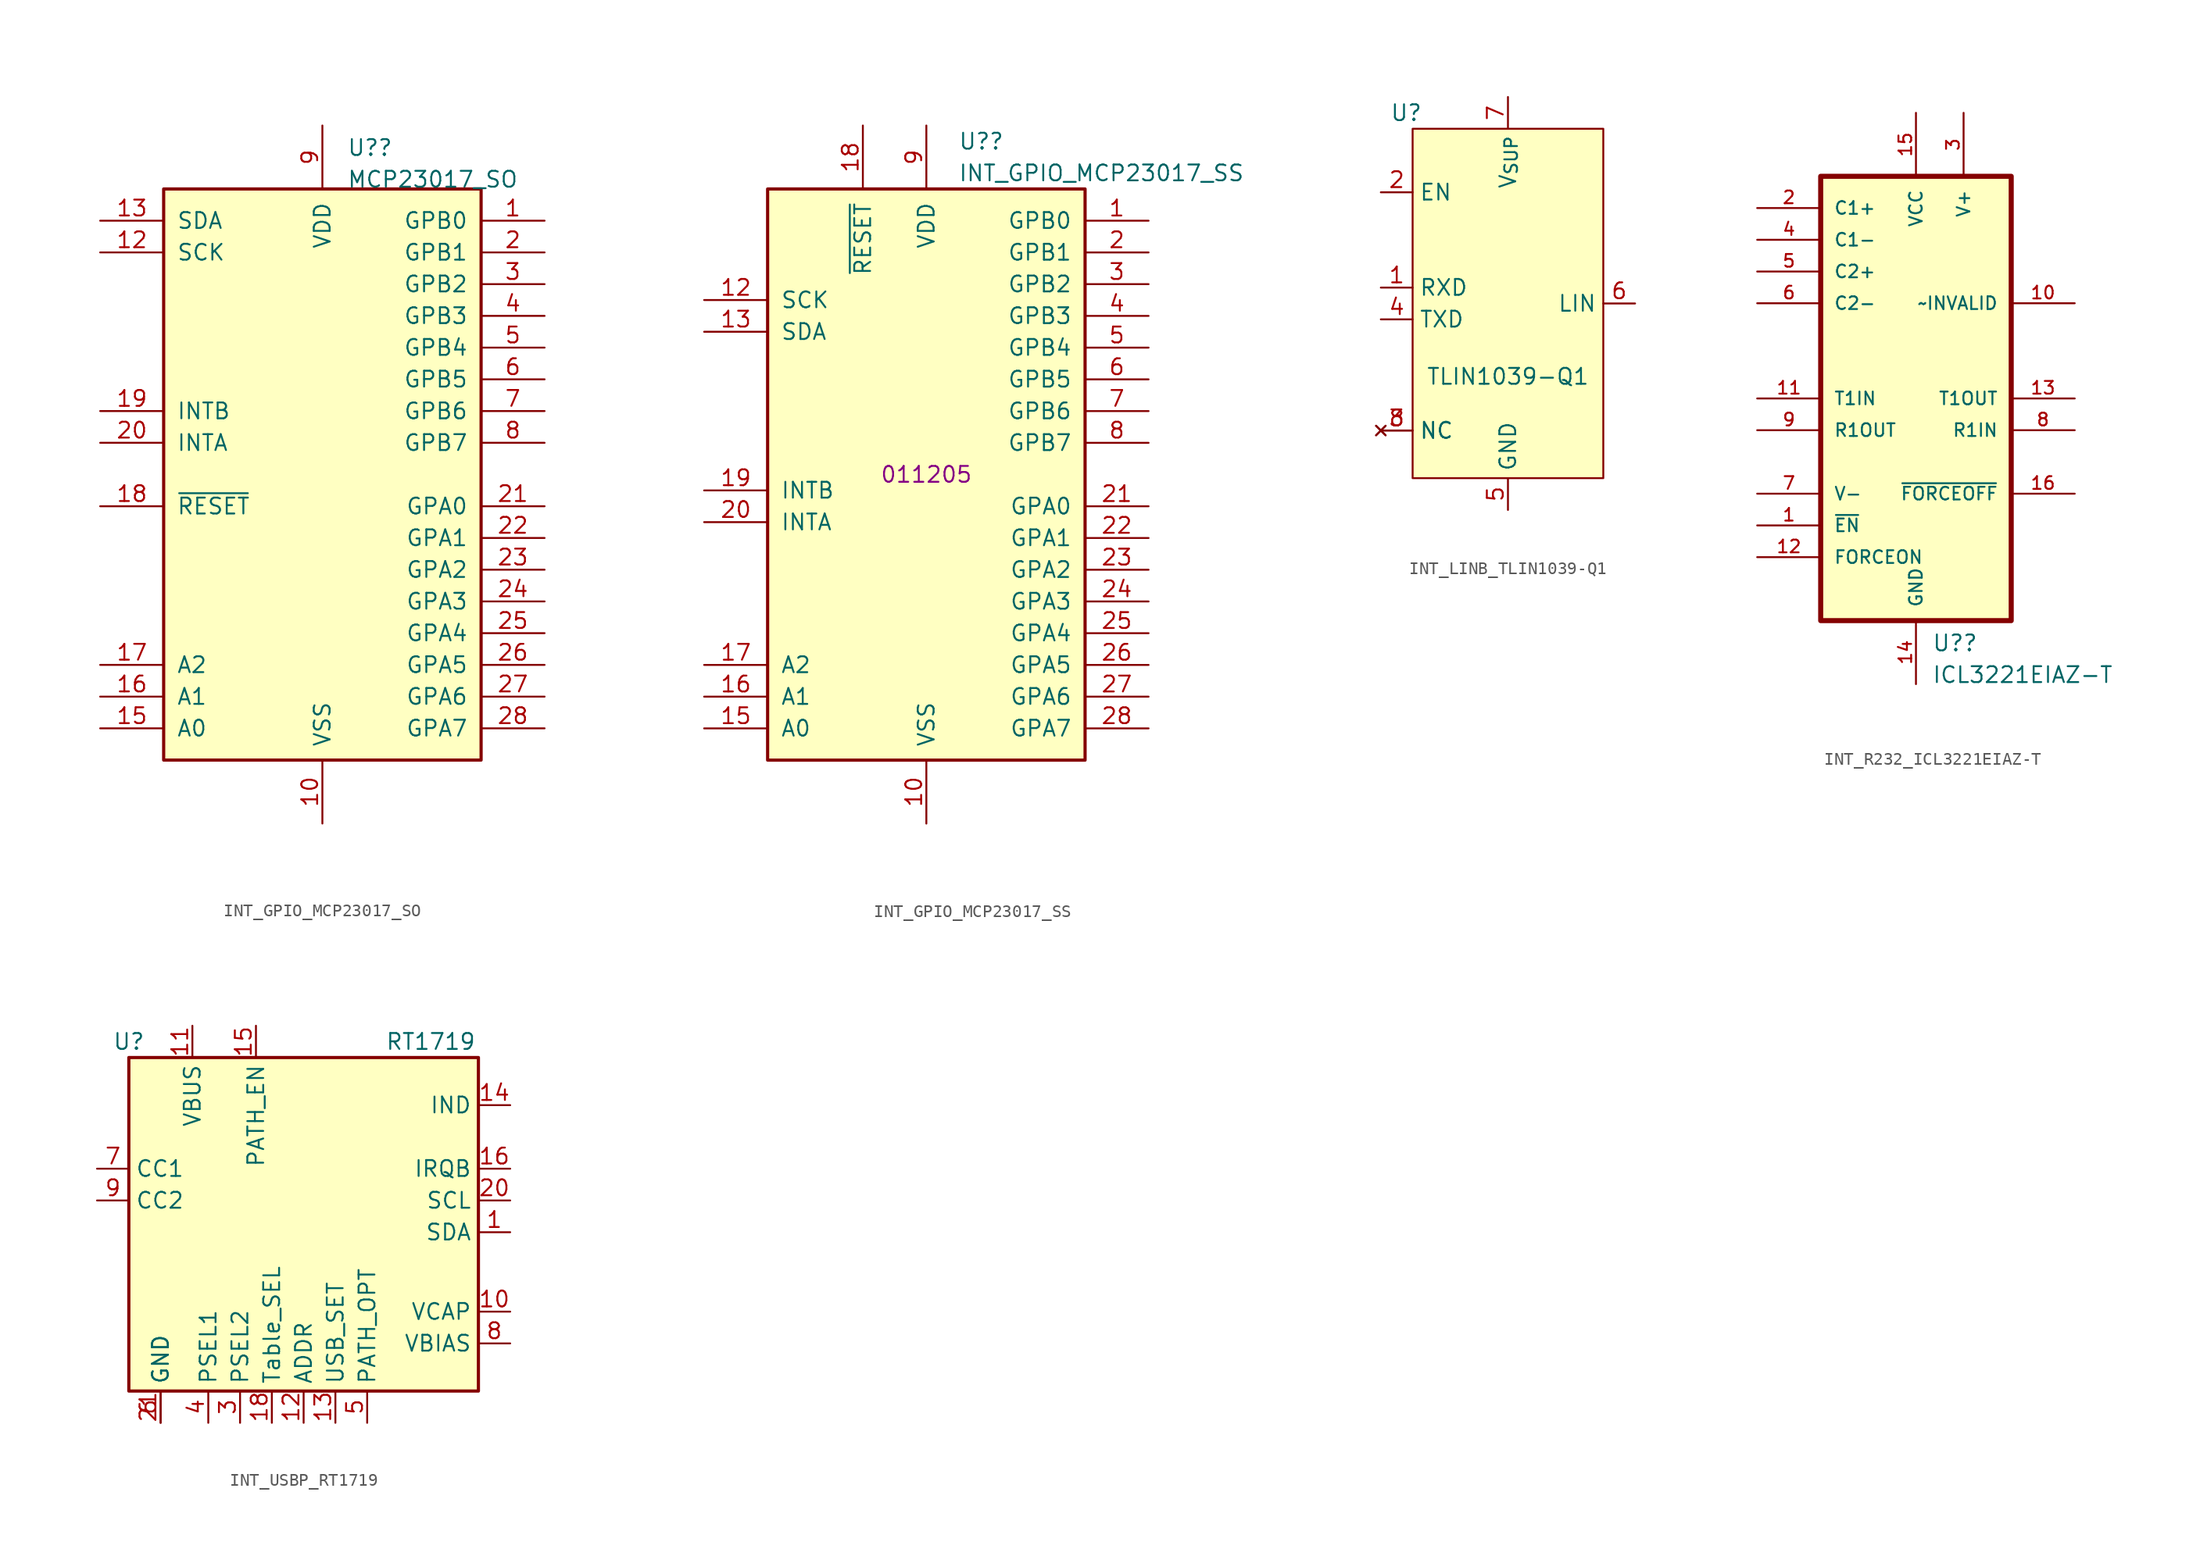
<source format=kicad_sym>
(kicad_symbol_lib
  (version 20231120)
  (generator "kicad_symbol_editor")
  (generator_version "8.0")
  (symbol "INT_GPIO_MCP23017_SO"
    (pin_names
      (offset 1.016))
    (property "Reference" "U?"
      (at 1.956 26.162 0)
      (effects (font (size 1.27 1.27)) (justify left)))
    (property "Value" "MCP23017_SO"
      (at 1.956 23.622 0)
      (effects (font (size 1.27 1.27)) (justify left)))
    (symbol "INT_GPIO_MCP23017_SO_0_1"
      (rectangle (start -12.7 22.86) (end 12.7 -22.86) (stroke (width 0.254) (type default)) (fill (type background))))
    (symbol "INT_GPIO_MCP23017_SO_1_1"
      (pin bidirectional line (at 17.78 20.32 180) (length 5.08) (name "GPB0" (effects (font (size 1.27 1.27)))) (number "1" (effects (font (size 1.27 1.27)))))
      (pin power_in line (at 0 -27.94 90) (length 5.08) (name "VSS" (effects (font (size 1.27 1.27)))) (number "10" (effects (font (size 1.27 1.27)))))
      (pin no_connect line (at -12.7 15.24 0) (length 5.08) hide (name "NC" (effects (font (size 1.27 1.27)))) (number "11" (effects (font (size 1.27 1.27)))))
      (pin input line (at -17.78 17.78 0) (length 5.08) (name "SCK" (effects (font (size 1.27 1.27)))) (number "12" (effects (font (size 1.27 1.27)))))
      (pin bidirectional line (at -17.78 20.32 0) (length 5.08) (name "SDA" (effects (font (size 1.27 1.27)))) (number "13" (effects (font (size 1.27 1.27)))))
      (pin no_connect line (at -12.7 12.7 0) (length 5.08) hide (name "NC" (effects (font (size 1.27 1.27)))) (number "14" (effects (font (size 1.27 1.27)))))
      (pin input line (at -17.78 -20.32 0) (length 5.08) (name "A0" (effects (font (size 1.27 1.27)))) (number "15" (effects (font (size 1.27 1.27)))))
      (pin input line (at -17.78 -17.78 0) (length 5.08) (name "A1" (effects (font (size 1.27 1.27)))) (number "16" (effects (font (size 1.27 1.27)))))
      (pin input line (at -17.78 -15.24 0) (length 5.08) (name "A2" (effects (font (size 1.27 1.27)))) (number "17" (effects (font (size 1.27 1.27)))))
      (pin input line (at -17.78 -2.54 0) (length 5.08) (name "~{RESET}" (effects (font (size 1.27 1.27)))) (number "18" (effects (font (size 1.27 1.27)))))
      (pin tri_state line (at -17.78 5.08 0) (length 5.08) (name "INTB" (effects (font (size 1.27 1.27)))) (number "19" (effects (font (size 1.27 1.27)))))
      (pin bidirectional line (at 17.78 17.78 180) (length 5.08) (name "GPB1" (effects (font (size 1.27 1.27)))) (number "2" (effects (font (size 1.27 1.27)))))
      (pin tri_state line (at -17.78 2.54 0) (length 5.08) (name "INTA" (effects (font (size 1.27 1.27)))) (number "20" (effects (font (size 1.27 1.27)))))
      (pin bidirectional line (at 17.78 -2.54 180) (length 5.08) (name "GPA0" (effects (font (size 1.27 1.27)))) (number "21" (effects (font (size 1.27 1.27)))))
      (pin bidirectional line (at 17.78 -5.08 180) (length 5.08) (name "GPA1" (effects (font (size 1.27 1.27)))) (number "22" (effects (font (size 1.27 1.27)))))
      (pin bidirectional line (at 17.78 -7.62 180) (length 5.08) (name "GPA2" (effects (font (size 1.27 1.27)))) (number "23" (effects (font (size 1.27 1.27)))))
      (pin bidirectional line (at 17.78 -10.16 180) (length 5.08) (name "GPA3" (effects (font (size 1.27 1.27)))) (number "24" (effects (font (size 1.27 1.27)))))
      (pin bidirectional line (at 17.78 -12.7 180) (length 5.08) (name "GPA4" (effects (font (size 1.27 1.27)))) (number "25" (effects (font (size 1.27 1.27)))))
      (pin bidirectional line (at 17.78 -15.24 180) (length 5.08) (name "GPA5" (effects (font (size 1.27 1.27)))) (number "26" (effects (font (size 1.27 1.27)))))
      (pin bidirectional line (at 17.78 -17.78 180) (length 5.08) (name "GPA6" (effects (font (size 1.27 1.27)))) (number "27" (effects (font (size 1.27 1.27)))))
      (pin bidirectional line (at 17.78 -20.32 180) (length 5.08) (name "GPA7" (effects (font (size 1.27 1.27)))) (number "28" (effects (font (size 1.27 1.27)))))
      (pin bidirectional line (at 17.78 15.24 180) (length 5.08) (name "GPB2" (effects (font (size 1.27 1.27)))) (number "3" (effects (font (size 1.27 1.27)))))
      (pin bidirectional line (at 17.78 12.7 180) (length 5.08) (name "GPB3" (effects (font (size 1.27 1.27)))) (number "4" (effects (font (size 1.27 1.27)))))
      (pin bidirectional line (at 17.78 10.16 180) (length 5.08) (name "GPB4" (effects (font (size 1.27 1.27)))) (number "5" (effects (font (size 1.27 1.27)))))
      (pin bidirectional line (at 17.78 7.62 180) (length 5.08) (name "GPB5" (effects (font (size 1.27 1.27)))) (number "6" (effects (font (size 1.27 1.27)))))
      (pin bidirectional line (at 17.78 5.08 180) (length 5.08) (name "GPB6" (effects (font (size 1.27 1.27)))) (number "7" (effects (font (size 1.27 1.27)))))
      (pin bidirectional line (at 17.78 2.54 180) (length 5.08) (name "GPB7" (effects (font (size 1.27 1.27)))) (number "8" (effects (font (size 1.27 1.27)))))
      (pin power_in line (at 0 27.94 270) (length 5.08) (name "VDD" (effects (font (size 1.27 1.27)))) (number "9" (effects (font (size 1.27 1.27)))))))
  (symbol "INT_GPIO_MCP23017_SS"
    (pin_names
      (offset 1.016))
    (property "Reference" "U?"
      (at 2.54 26.67 0)
      (effects (font (size 1.27 1.27)) (justify left)))
    (property "Value" "INT_GPIO_MCP23017_SS"
      (at 2.54 24.13 0)
      (effects (font (size 1.27 1.27)) (justify left)))
    (property "Makso alternative" "011205"
      (at 0 0 0)
      (effects (font (size 1.27 1.27))))
    (symbol "INT_GPIO_MCP23017_SS_0_1"
      (rectangle (start -12.7 22.86) (end 12.7 -22.86) (stroke (width 0.254) (type default)) (fill (type background))))
    (symbol "INT_GPIO_MCP23017_SS_1_1"
      (pin bidirectional line (at 17.78 20.32 180) (length 5.08) (name "GPB0" (effects (font (size 1.27 1.27)))) (number "1" (effects (font (size 1.27 1.27)))))
      (pin power_in line (at 0 -27.94 90) (length 5.08) (name "VSS" (effects (font (size 1.27 1.27)))) (number "10" (effects (font (size 1.27 1.27)))))
      (pin no_connect line (at -12.7 8.89 0) (length 5.08) hide (name "NC" (effects (font (size 1.27 1.27)))) (number "11" (effects (font (size 1.27 1.27)))))
      (pin input line (at -17.78 13.97 0) (length 5.08) (name "SCK" (effects (font (size 1.27 1.27)))) (number "12" (effects (font (size 1.27 1.27)))))
      (pin bidirectional line (at -17.78 11.43 0) (length 5.08) (name "SDA" (effects (font (size 1.27 1.27)))) (number "13" (effects (font (size 1.27 1.27)))))
      (pin no_connect line (at -12.7 6.35 0) (length 5.08) hide (name "NC" (effects (font (size 1.27 1.27)))) (number "14" (effects (font (size 1.27 1.27)))))
      (pin input line (at -17.78 -20.32 0) (length 5.08) (name "A0" (effects (font (size 1.27 1.27)))) (number "15" (effects (font (size 1.27 1.27)))))
      (pin input line (at -17.78 -17.78 0) (length 5.08) (name "A1" (effects (font (size 1.27 1.27)))) (number "16" (effects (font (size 1.27 1.27)))))
      (pin input line (at -17.78 -15.24 0) (length 5.08) (name "A2" (effects (font (size 1.27 1.27)))) (number "17" (effects (font (size 1.27 1.27)))))
      (pin input line (at -5.08 27.94 270) (length 5.08) (name "~{RESET}" (effects (font (size 1.27 1.27)))) (number "18" (effects (font (size 1.27 1.27)))))
      (pin tri_state line (at -17.78 -1.27 0) (length 5.08) (name "INTB" (effects (font (size 1.27 1.27)))) (number "19" (effects (font (size 1.27 1.27)))))
      (pin bidirectional line (at 17.78 17.78 180) (length 5.08) (name "GPB1" (effects (font (size 1.27 1.27)))) (number "2" (effects (font (size 1.27 1.27)))))
      (pin tri_state line (at -17.78 -3.81 0) (length 5.08) (name "INTA" (effects (font (size 1.27 1.27)))) (number "20" (effects (font (size 1.27 1.27)))))
      (pin bidirectional line (at 17.78 -2.54 180) (length 5.08) (name "GPA0" (effects (font (size 1.27 1.27)))) (number "21" (effects (font (size 1.27 1.27)))))
      (pin bidirectional line (at 17.78 -5.08 180) (length 5.08) (name "GPA1" (effects (font (size 1.27 1.27)))) (number "22" (effects (font (size 1.27 1.27)))))
      (pin bidirectional line (at 17.78 -7.62 180) (length 5.08) (name "GPA2" (effects (font (size 1.27 1.27)))) (number "23" (effects (font (size 1.27 1.27)))))
      (pin bidirectional line (at 17.78 -10.16 180) (length 5.08) (name "GPA3" (effects (font (size 1.27 1.27)))) (number "24" (effects (font (size 1.27 1.27)))))
      (pin bidirectional line (at 17.78 -12.7 180) (length 5.08) (name "GPA4" (effects (font (size 1.27 1.27)))) (number "25" (effects (font (size 1.27 1.27)))))
      (pin bidirectional line (at 17.78 -15.24 180) (length 5.08) (name "GPA5" (effects (font (size 1.27 1.27)))) (number "26" (effects (font (size 1.27 1.27)))))
      (pin bidirectional line (at 17.78 -17.78 180) (length 5.08) (name "GPA6" (effects (font (size 1.27 1.27)))) (number "27" (effects (font (size 1.27 1.27)))))
      (pin bidirectional line (at 17.78 -20.32 180) (length 5.08) (name "GPA7" (effects (font (size 1.27 1.27)))) (number "28" (effects (font (size 1.27 1.27)))))
      (pin bidirectional line (at 17.78 15.24 180) (length 5.08) (name "GPB2" (effects (font (size 1.27 1.27)))) (number "3" (effects (font (size 1.27 1.27)))))
      (pin bidirectional line (at 17.78 12.7 180) (length 5.08) (name "GPB3" (effects (font (size 1.27 1.27)))) (number "4" (effects (font (size 1.27 1.27)))))
      (pin bidirectional line (at 17.78 10.16 180) (length 5.08) (name "GPB4" (effects (font (size 1.27 1.27)))) (number "5" (effects (font (size 1.27 1.27)))))
      (pin bidirectional line (at 17.78 7.62 180) (length 5.08) (name "GPB5" (effects (font (size 1.27 1.27)))) (number "6" (effects (font (size 1.27 1.27)))))
      (pin bidirectional line (at 17.78 5.08 180) (length 5.08) (name "GPB6" (effects (font (size 1.27 1.27)))) (number "7" (effects (font (size 1.27 1.27)))))
      (pin bidirectional line (at 17.78 2.54 180) (length 5.08) (name "GPB7" (effects (font (size 1.27 1.27)))) (number "8" (effects (font (size 1.27 1.27)))))
      (pin power_in line (at 0 27.94 270) (length 5.08) (name "VDD" (effects (font (size 1.27 1.27)))) (number "9" (effects (font (size 1.27 1.27)))))))
  (symbol "INT_LINB_TLIN1039-Q1"
    (property "Reference" "U"
      (at -8.128 15.24 0)
      (effects (font (size 1.27 1.27))))
    (property "Value" "TLIN1039-Q1"
      (at 0 -5.842 0)
      (effects (font (size 1.27 1.27))))
    (symbol "INT_LINB_TLIN1039-Q1_1_1"
      (rectangle (start -7.62 13.97) (end 7.62 -13.97) (stroke (width 0) (type default) (color 132 0 0 1)) (fill (type background)))
      (pin output line (at -10.16 1.27 0) (length 2.54) (name "RXD" (effects (font (size 1.27 1.27)))) (number "1" (effects (font (size 1.27 1.27)))))
      (pin input line (at -10.16 8.89 0) (length 2.54) (name "EN" (effects (font (size 1.27 1.27)))) (number "2" (effects (font (size 1.27 1.27)))))
      (pin no_connect line (at -10.16 -10.16 0) (length 2.54) (name "NC" (effects (font (size 1.27 1.27)))) (number "3" (effects (font (size 1.27 1.27)))))
      (pin input line (at -10.16 -1.27 0) (length 2.54) (name "TXD" (effects (font (size 1.27 1.27)))) (number "4" (effects (font (size 1.27 1.27)))))
      (pin input line (at 0 -16.51 90) (length 2.54) (name "GND" (effects (font (size 1.27 1.27)))) (number "5" (effects (font (size 1.27 1.27)))))
      (pin bidirectional line (at 10.16 0 180) (length 2.54) (name "LIN" (effects (font (size 1.27 1.27)))) (number "6" (effects (font (size 1.27 1.27)))))
      (pin input line (at 0 16.51 270) (length 2.54) (name "V_{SUP}" (effects (font (size 1.27 1.27)))) (number "7" (effects (font (size 1.27 1.27)))))
      (pin no_connect line (at -10.16 -10.16 0) (length 2.54) (name "NC" (effects (font (size 1.27 1.27)))) (number "8" (effects (font (size 1.27 1.27)))))))
  (symbol "INT_R232_ICL3221EIAZ-T"
    (pin_names
      (offset 1.016))
    (property "Reference" "U?"
      (at 1.27 -20.32 0)
      (effects (font (size 1.27 1.27)) (justify left bottom)))
    (property "Value" "ICL3221EIAZ-T"
      (at 1.27 -22.86 0)
      (effects (font (size 1.27 1.27)) (justify left bottom)))
    (symbol "INT_R232_ICL3221EIAZ-T_0_0"
      (rectangle (start -7.62 17.78) (end 7.62 -17.78) (stroke (width 0.406) (type default)) (fill (type background)))
      (pin output line (at 12.7 7.62 180) (length 5.08) (name "~INVALID" (effects (font (size 1.016 1.016)))) (number "10" (effects (font (size 1.016 1.016)))))
      (pin input line (at -12.7 0 0) (length 5.08) (name "T1IN" (effects (font (size 1.016 1.016)))) (number "11" (effects (font (size 1.016 1.016)))))
      (pin input line (at -12.7 -12.7 0) (length 5.08) (name "FORCEON" (effects (font (size 1.016 1.016)))) (number "12" (effects (font (size 1.016 1.016)))))
      (pin output line (at 12.7 0 180) (length 5.08) (name "T1OUT" (effects (font (size 1.016 1.016)))) (number "13" (effects (font (size 1.016 1.016)))))
      (pin passive line (at 0 -22.86 90) (length 5.08) (name "GND" (effects (font (size 1.016 1.016)))) (number "14" (effects (font (size 1.016 1.016)))))
      (pin power_in line (at 0 22.86 270) (length 5.08) (name "VCC" (effects (font (size 1.016 1.016)))) (number "15" (effects (font (size 1.016 1.016)))))
      (pin passive line (at -12.7 15.24 0) (length 5.08) (name "C1+" (effects (font (size 1.016 1.016)))) (number "2" (effects (font (size 1.016 1.016)))))
      (pin power_in line (at 3.81 22.86 270) (length 5.08) (name "V+" (effects (font (size 1.016 1.016)))) (number "3" (effects (font (size 1.016 1.016)))))
      (pin passive line (at -12.7 12.7 0) (length 5.08) (name "C1-" (effects (font (size 1.016 1.016)))) (number "4" (effects (font (size 1.016 1.016)))))
      (pin passive line (at -12.7 10.16 0) (length 5.08) (name "C2+" (effects (font (size 1.016 1.016)))) (number "5" (effects (font (size 1.016 1.016)))))
      (pin passive line (at -12.7 7.62 0) (length 5.08) (name "C2-" (effects (font (size 1.016 1.016)))) (number "6" (effects (font (size 1.016 1.016)))))
      (pin power_in line (at -12.7 -7.62 0) (length 5.08) (name "V-" (effects (font (size 1.016 1.016)))) (number "7" (effects (font (size 1.016 1.016)))))
      (pin input line (at 12.7 -2.54 180) (length 5.08) (name "R1IN" (effects (font (size 1.016 1.016)))) (number "8" (effects (font (size 1.016 1.016)))))
      (pin output line (at -12.7 -2.54 0) (length 5.08) (name "R1OUT" (effects (font (size 1.016 1.016)))) (number "9" (effects (font (size 1.016 1.016))))))
    (symbol "INT_R232_ICL3221EIAZ-T_1_0"
      (pin input line (at -12.7 -10.16 0) (length 5.08) (name "~{EN}" (effects (font (size 1.016 1.016)))) (number "1" (effects (font (size 1.016 1.016)))))
      (pin passive line (at 12.7 -7.62 180) (length 5.08) (name "~{FORCEOFF}" (effects (font (size 1.016 1.016)))) (number "16" (effects (font (size 1.016 1.016)))))))
  (symbol "INT_USBP_RT1719"
    (property "Reference" "U"
      (at -13.97 12.7 0)
      (effects (font (size 1.27 1.27))))
    (property "Value" "RT1719"
      (at 10.16 12.7 0)
      (effects (font (size 1.27 1.27))))
    (symbol "INT_USBP_RT1719_0_1"
      (rectangle (start -13.97 11.43) (end 13.97 -15.24) (stroke (width 0.254) (type default)) (fill (type background))))
    (symbol "INT_USBP_RT1719_1_0"
      (pin no_connect line (at 16.51 -13.97 180) (length 2.54) hide (name "NC" (effects (font (size 1.27 1.27)))) (number "17" (effects (font (size 1.27 1.27)))))
      (pin no_connect line (at 16.51 -13.97 180) (length 2.54) hide (name "NC" (effects (font (size 1.27 1.27)))) (number "19" (effects (font (size 1.27 1.27)))))
      (pin no_connect line (at 16.51 -13.97 180) (length 2.54) hide (name "NC" (effects (font (size 1.27 1.27)))) (number "2" (effects (font (size 1.27 1.27))))))
    (symbol "INT_USBP_RT1719_1_1"
      (pin bidirectional line (at 16.51 -2.54 180) (length 2.54) (name "SDA" (effects (font (size 1.27 1.27)))) (number "1" (effects (font (size 1.27 1.27)))))
      (pin bidirectional line (at 16.51 -8.89 180) (length 2.54) (name "VCAP" (effects (font (size 1.27 1.27)))) (number "10" (effects (font (size 1.27 1.27)))))
      (pin power_in line (at -8.89 13.97 270) (length 2.54) (name "VBUS" (effects (font (size 1.27 1.27)))) (number "11" (effects (font (size 1.27 1.27)))))
      (pin bidirectional line (at 0 -17.78 90) (length 2.54) (name "ADDR" (effects (font (size 1.27 1.27)))) (number "12" (effects (font (size 1.27 1.27)))))
      (pin bidirectional line (at 2.54 -17.78 90) (length 2.54) (name "USB_SET" (effects (font (size 1.27 1.27)))) (number "13" (effects (font (size 1.27 1.27)))))
      (pin power_in line (at 16.51 7.62 180) (length 2.54) (name "IND" (effects (font (size 1.27 1.27)))) (number "14" (effects (font (size 1.27 1.27)))))
      (pin open_collector line (at -3.81 13.97 270) (length 2.54) (name "PATH_EN" (effects (font (size 1.27 1.27)))) (number "15" (effects (font (size 1.27 1.27)))))
      (pin bidirectional line (at 16.51 2.54 180) (length 2.54) (name "IRQB" (effects (font (size 1.27 1.27)))) (number "16" (effects (font (size 1.27 1.27)))))
      (pin bidirectional line (at -2.54 -17.78 90) (length 2.54) (name "Table_SEL" (effects (font (size 1.27 1.27)))) (number "18" (effects (font (size 1.27 1.27)))))
      (pin bidirectional line (at 16.51 0 180) (length 2.54) (name "SCL" (effects (font (size 1.27 1.27)))) (number "20" (effects (font (size 1.27 1.27)))))
      (pin power_in line (at -11.43 -17.78 90) (length 2.54) (name "GND" (effects (font (size 1.27 1.27)))) (number "21" (effects (font (size 1.27 1.27)))))
      (pin bidirectional line (at -5.08 -17.78 90) (length 2.54) (name "PSEL2" (effects (font (size 1.27 1.27)))) (number "3" (effects (font (size 1.27 1.27)))))
      (pin bidirectional line (at -7.62 -17.78 90) (length 2.54) (name "PSEL1" (effects (font (size 1.27 1.27)))) (number "4" (effects (font (size 1.27 1.27)))))
      (pin bidirectional line (at 5.08 -17.78 90) (length 2.54) (name "PATH_OPT" (effects (font (size 1.27 1.27)))) (number "5" (effects (font (size 1.27 1.27)))))
      (pin power_in line (at -11.43 -17.78 90) (length 2.54) (name "GND" (effects (font (size 1.27 1.27)))) (number "6" (effects (font (size 1.27 1.27)))))
      (pin bidirectional line (at -16.51 2.54 0) (length 2.54) (name "CC1" (effects (font (size 1.27 1.27)))) (number "7" (effects (font (size 1.27 1.27)))))
      (pin bidirectional line (at 16.51 -11.43 180) (length 2.54) (name "VBIAS" (effects (font (size 1.27 1.27)))) (number "8" (effects (font (size 1.27 1.27)))))
      (pin bidirectional line (at -16.51 0 0) (length 2.54) (name "CC2" (effects (font (size 1.27 1.27)))) (number "9" (effects (font (size 1.27 1.27))))))))
</source>
